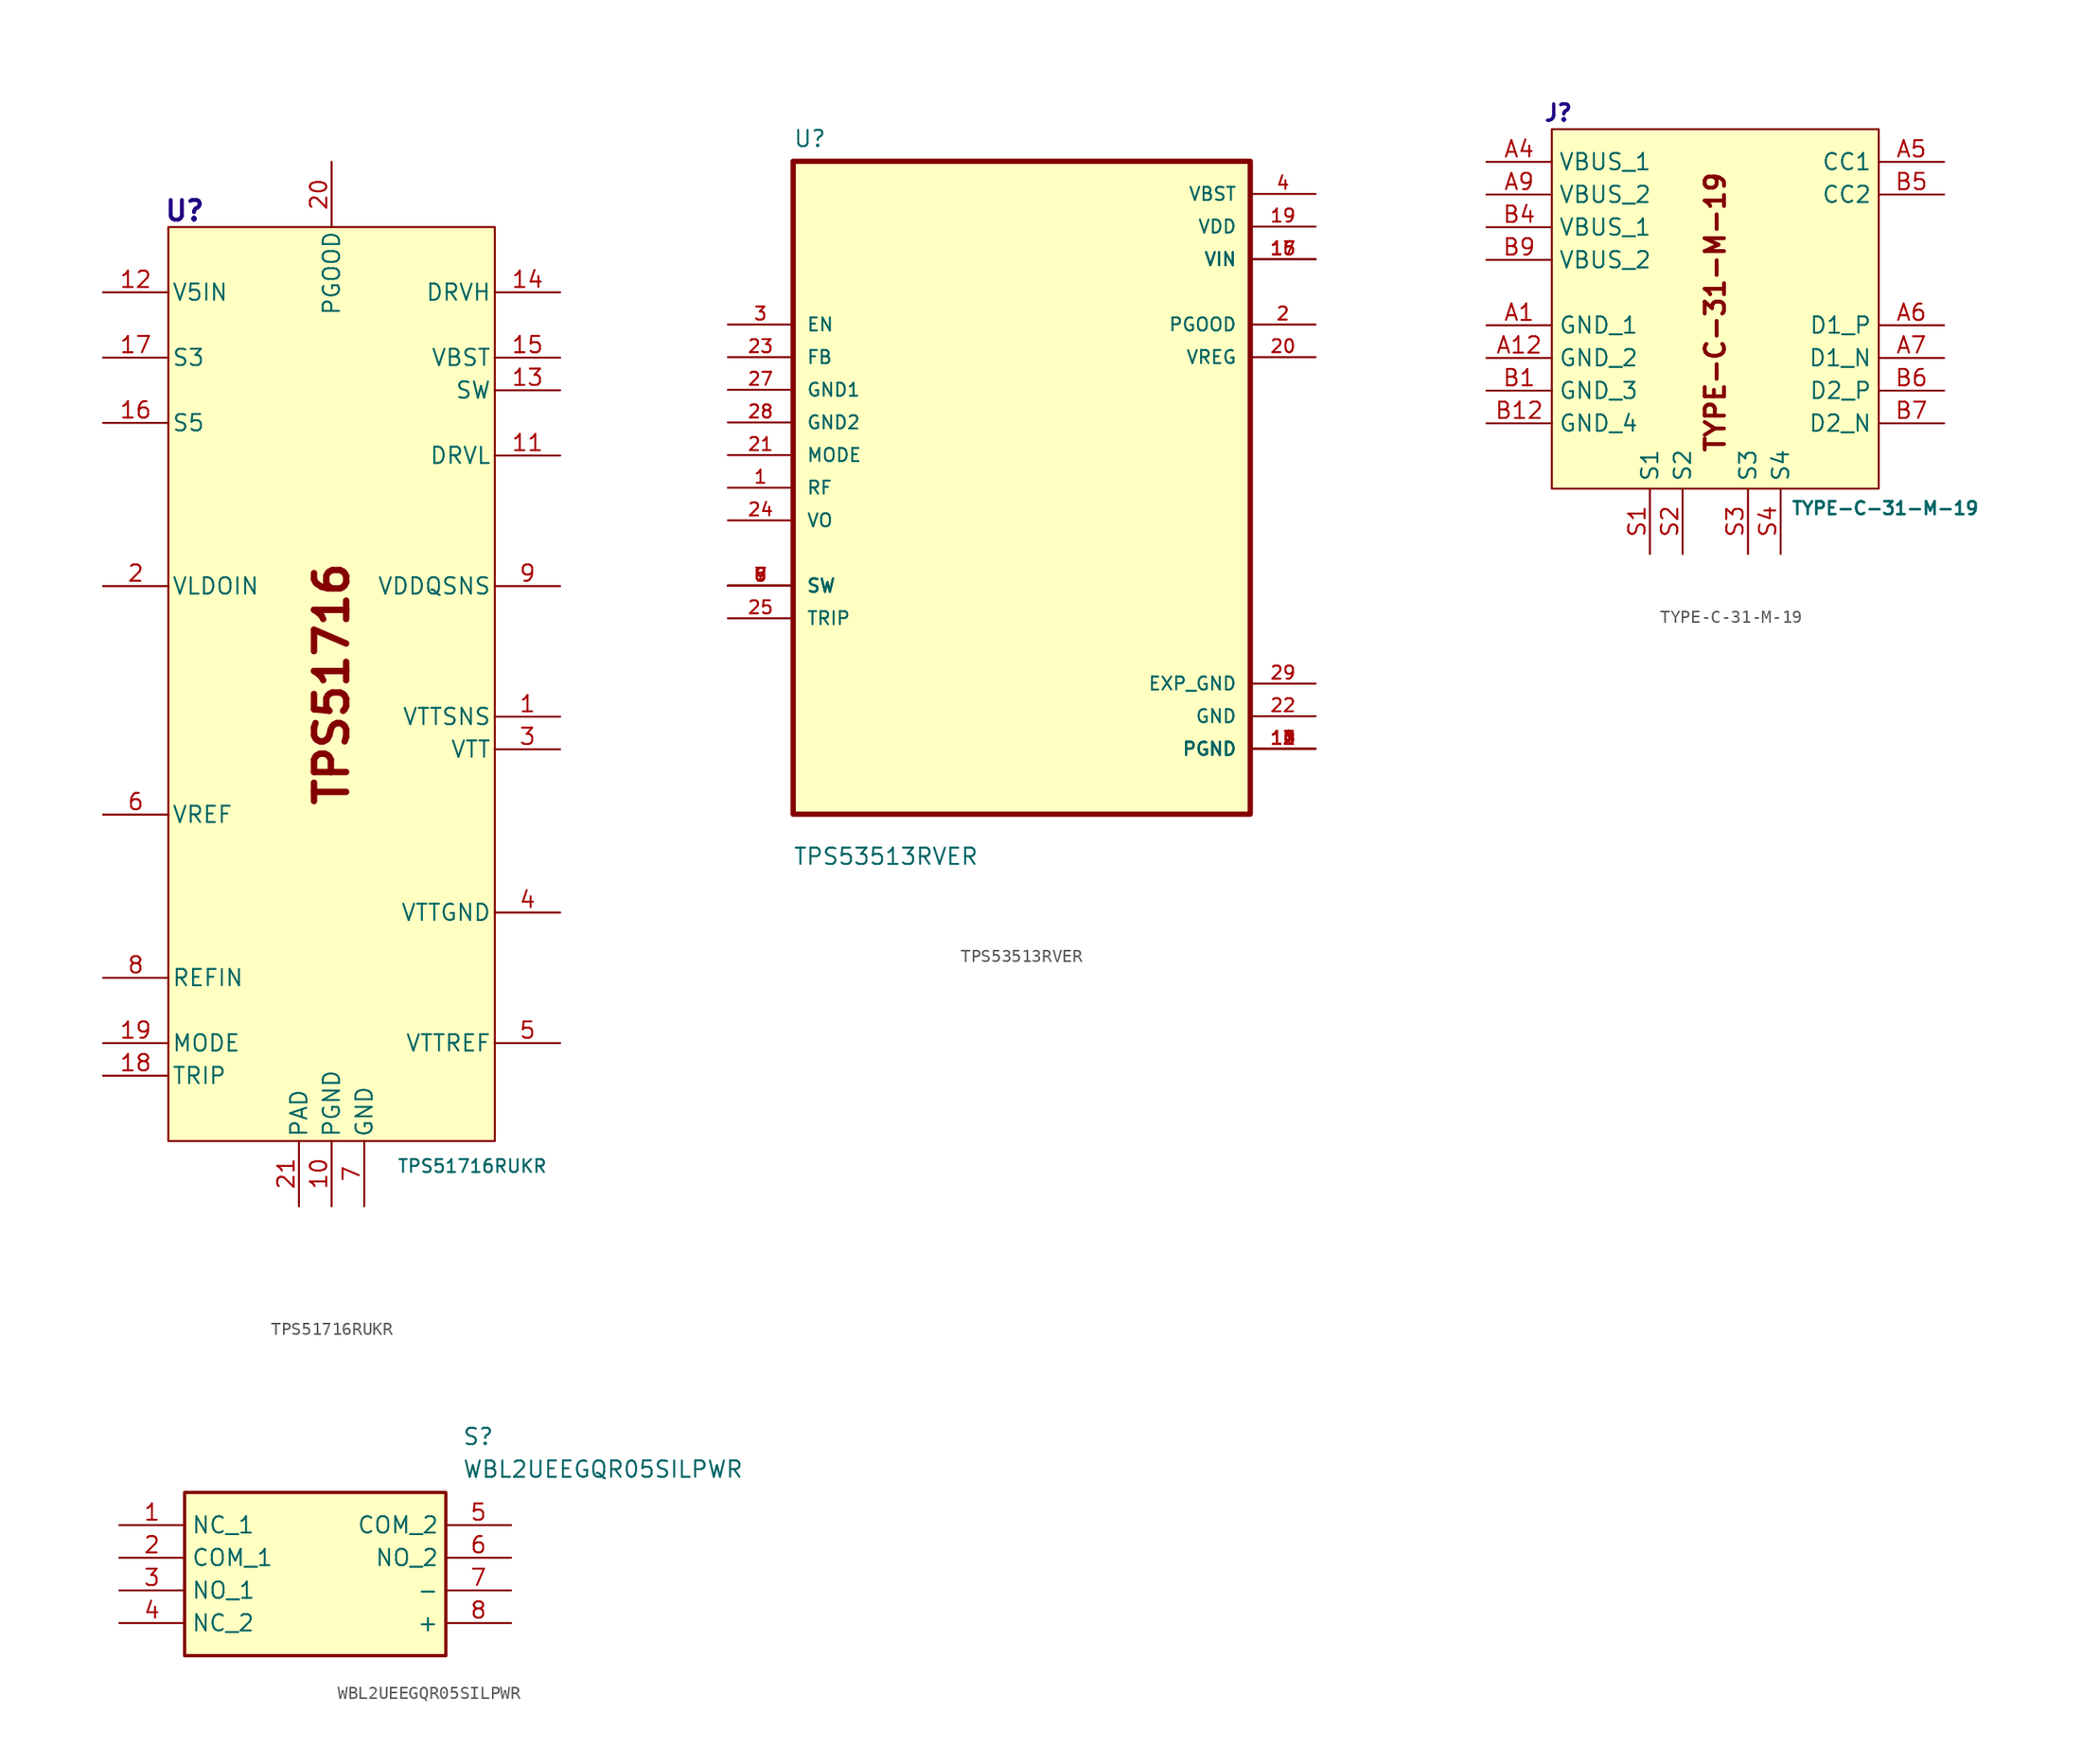
<source format=kicad_sym>
(kicad_symbol_lib
  (version 20241209)
  (generator "kicad_symbol_editor")
  (generator_version "9.0")
  (symbol "TPS51716RUKR"
    (pin_names
      (offset 0.254))
    (property "Reference" "U"
      (at -11.43 36.83 0)
      (effects (font (size 1.524 1.524) (bold yes) (color 34 4 131 1))))
    (property "Value" "TPS51716RUKR"
      (at 5.08 -38.1 0)
      (effects (font (size 1 1)) (justify left bottom)))
    (symbol "TPS51716RUKR_0_1"
      (pin power_in line (at -17.78 30.48 0) (length 5.08) (name "V5IN" (effects (font (size 1.27 1.27)))) (number "12" (effects (font (size 1.27 1.27)))))
      (pin input line (at -17.78 25.4 0) (length 5.08) (name "S3" (effects (font (size 1.27 1.27)))) (number "17" (effects (font (size 1.27 1.27)))))
      (pin input line (at -17.78 20.32 0) (length 5.08) (name "S5" (effects (font (size 1.27 1.27)))) (number "16" (effects (font (size 1.27 1.27)))))
      (pin power_in line (at -17.78 7.62 0) (length 5.08) (name "VLDOIN" (effects (font (size 1.27 1.27)))) (number "2" (effects (font (size 1.27 1.27)))))
      (pin output line (at -17.78 -10.16 0) (length 5.08) (name "VREF" (effects (font (size 1.27 1.27)))) (number "6" (effects (font (size 1.27 1.27)))))
      (pin input line (at -17.78 -22.86 0) (length 5.08) (name "REFIN" (effects (font (size 1.27 1.27)))) (number "8" (effects (font (size 1.27 1.27)))))
      (pin input line (at -17.78 -27.94 0) (length 5.08) (name "MODE" (effects (font (size 1.27 1.27)))) (number "19" (effects (font (size 1.27 1.27)))))
      (pin input line (at -17.78 -30.48 0) (length 5.08) (name "TRIP" (effects (font (size 1.27 1.27)))) (number "18" (effects (font (size 1.27 1.27)))))
      (pin power_in line (at -2.54 -40.64 90) (length 5.08) (name "PAD" (effects (font (size 1.27 1.27)))) (number "21" (effects (font (size 1.27 1.27)))))
      (pin open_collector line (at 0 40.64 270) (length 5.08) (name "PGOOD" (effects (font (size 1.27 1.27)))) (number "20" (effects (font (size 1.27 1.27)))))
      (pin power_in line (at 0 -40.64 90) (length 5.08) (name "PGND" (effects (font (size 1.27 1.27)))) (number "10" (effects (font (size 1.27 1.27)))))
      (pin power_in line (at 2.54 -40.64 90) (length 5.08) (name "GND" (effects (font (size 1.27 1.27)))) (number "7" (effects (font (size 1.27 1.27)))))
      (pin output line (at 17.78 30.48 180) (length 5.08) (name "DRVH" (effects (font (size 1.27 1.27)))) (number "14" (effects (font (size 1.27 1.27)))))
      (pin power_in line (at 17.78 25.4 180) (length 5.08) (name "VBST" (effects (font (size 1.27 1.27)))) (number "15" (effects (font (size 1.27 1.27)))))
      (pin power_in line (at 17.78 22.86 180) (length 5.08) (name "SW" (effects (font (size 1.27 1.27)))) (number "13" (effects (font (size 1.27 1.27)))))
      (pin output line (at 17.78 17.78 180) (length 5.08) (name "DRVL" (effects (font (size 1.27 1.27)))) (number "11" (effects (font (size 1.27 1.27)))))
      (pin input line (at 17.78 7.62 180) (length 5.08) (name "VDDQSNS" (effects (font (size 1.27 1.27)))) (number "9" (effects (font (size 1.27 1.27)))))
      (pin input line (at 17.78 -2.54 180) (length 5.08) (name "VTTSNS" (effects (font (size 1.27 1.27)))) (number "1" (effects (font (size 1.27 1.27)))))
      (pin power_in line (at 17.78 -5.08 180) (length 5.08) (name "VTT" (effects (font (size 1.27 1.27)))) (number "3" (effects (font (size 1.27 1.27)))))
      (pin power_in line (at 17.78 -17.78 180) (length 5.08) (name "VTTGND" (effects (font (size 1.27 1.27)))) (number "4" (effects (font (size 1.27 1.27)))))
      (pin output line (at 17.78 -27.94 180) (length 5.08) (name "VTTREF" (effects (font (size 1.27 1.27)))) (number "5" (effects (font (size 1.27 1.27))))))
    (symbol "TPS51716RUKR_1_1"
      (rectangle (start -12.7 35.56) (end 12.7 -35.56) (stroke (width 0) (type default)) (fill (type background)))
      (text "TPS51716" (at 0 0 900) (effects (font (size 2.5 2.5) (bold yes))))))
  (symbol "TPS53513RVER"
    (pin_names
      (offset 1.016))
    (property "Reference" "U"
      (at -17.79 26.414 0)
      (effects (font (size 1.27 1.27)) (justify left bottom)))
    (property "Value" "TPS53513RVER"
      (at -17.801 -29.435 0)
      (effects (font (size 1.27 1.27)) (justify left bottom)))
    (symbol "TPS53513RVER_0_0"
      (rectangle (start -17.78 -25.4) (end 17.78 25.4) (stroke (width 0.41) (type default)) (fill (type background)))
      (pin input line (at -22.86 12.7 0) (length 5.08) (name "EN" (effects (font (size 1.016 1.016)))) (number "3" (effects (font (size 1.016 1.016)))))
      (pin input line (at -22.86 10.16 0) (length 5.08) (name "FB" (effects (font (size 1.016 1.016)))) (number "23" (effects (font (size 1.016 1.016)))))
      (pin input line (at -22.86 7.62 0) (length 5.08) (name "GND1" (effects (font (size 1.016 1.016)))) (number "27" (effects (font (size 1.016 1.016)))))
      (pin input line (at -22.86 5.08 0) (length 5.08) (name "GND2" (effects (font (size 1.016 1.016)))) (number "28" (effects (font (size 1.016 1.016)))))
      (pin input line (at -22.86 2.54 0) (length 5.08) (name "MODE" (effects (font (size 1.016 1.016)))) (number "21" (effects (font (size 1.016 1.016)))))
      (pin input line (at -22.86 0 0) (length 5.08) (name "RF" (effects (font (size 1.016 1.016)))) (number "1" (effects (font (size 1.016 1.016)))))
      (pin input line (at -22.86 -2.54 0) (length 5.08) (name "VO" (effects (font (size 1.016 1.016)))) (number "24" (effects (font (size 1.016 1.016)))))
      (pin bidirectional line (at -22.86 -7.62 0) (length 5.08) (name "SW" (effects (font (size 1.016 1.016)))) (number "6" (effects (font (size 1.016 1.016)))))
      (pin bidirectional line (at -22.86 -7.62 0) (length 5.08) (name "SW" (effects (font (size 1.016 1.016)))) (number "7" (effects (font (size 1.016 1.016)))))
      (pin bidirectional line (at -22.86 -7.62 0) (length 5.08) (name "SW" (effects (font (size 1.016 1.016)))) (number "8" (effects (font (size 1.016 1.016)))))
      (pin bidirectional line (at -22.86 -7.62 0) (length 5.08) (name "SW" (effects (font (size 1.016 1.016)))) (number "9" (effects (font (size 1.016 1.016)))))
      (pin bidirectional line (at -22.86 -10.16 0) (length 5.08) (name "TRIP" (effects (font (size 1.016 1.016)))) (number "25" (effects (font (size 1.016 1.016)))))
      (pin power_in line (at 22.86 22.86 180) (length 5.08) (name "VBST" (effects (font (size 1.016 1.016)))) (number "4" (effects (font (size 1.016 1.016)))))
      (pin power_in line (at 22.86 20.32 180) (length 5.08) (name "VDD" (effects (font (size 1.016 1.016)))) (number "19" (effects (font (size 1.016 1.016)))))
      (pin power_in line (at 22.86 17.78 180) (length 5.08) (name "VIN" (effects (font (size 1.016 1.016)))) (number "15" (effects (font (size 1.016 1.016)))))
      (pin power_in line (at 22.86 17.78 180) (length 5.08) (name "VIN" (effects (font (size 1.016 1.016)))) (number "16" (effects (font (size 1.016 1.016)))))
      (pin power_in line (at 22.86 17.78 180) (length 5.08) (name "VIN" (effects (font (size 1.016 1.016)))) (number "17" (effects (font (size 1.016 1.016)))))
      (pin output line (at 22.86 12.7 180) (length 5.08) (name "PGOOD" (effects (font (size 1.016 1.016)))) (number "2" (effects (font (size 1.016 1.016)))))
      (pin output line (at 22.86 10.16 180) (length 5.08) (name "VREG" (effects (font (size 1.016 1.016)))) (number "20" (effects (font (size 1.016 1.016)))))
      (pin power_in line (at 22.86 -15.24 180) (length 5.08) (name "EXP_GND" (effects (font (size 1.016 1.016)))) (number "29" (effects (font (size 1.016 1.016)))))
      (pin power_in line (at 22.86 -17.78 180) (length 5.08) (name "GND" (effects (font (size 1.016 1.016)))) (number "22" (effects (font (size 1.016 1.016)))))
      (pin power_in line (at 22.86 -20.32 180) (length 5.08) (name "PGND" (effects (font (size 1.016 1.016)))) (number "10" (effects (font (size 1.016 1.016)))))
      (pin power_in line (at 22.86 -20.32 180) (length 5.08) (name "PGND" (effects (font (size 1.016 1.016)))) (number "11" (effects (font (size 1.016 1.016)))))
      (pin power_in line (at 22.86 -20.32 180) (length 5.08) (name "PGND" (effects (font (size 1.016 1.016)))) (number "12" (effects (font (size 1.016 1.016)))))
      (pin power_in line (at 22.86 -20.32 180) (length 5.08) (name "PGND" (effects (font (size 1.016 1.016)))) (number "13" (effects (font (size 1.016 1.016)))))
      (pin power_in line (at 22.86 -20.32 180) (length 5.08) (name "PGND" (effects (font (size 1.016 1.016)))) (number "14" (effects (font (size 1.016 1.016)))))))
  (symbol "TYPE-C-31-M-19"
    (property "Reference" "J"
      (at -12.192 16.51 0)
      (effects (font (size 1.27 1.27) (thickness 0.254) (bold yes) (color 34 4 131 1))))
    (property "Value" "TYPE-C-31-M-19"
      (at 13.208 -14.224 0)
      (effects (font (size 1 1) (thickness 0.2) (bold yes))))
    (symbol "TYPE-C-31-M-19_1_1"
      (rectangle (start -12.7 15.24) (end 12.7 -12.7) (stroke (width 0) (type solid)) (fill (type background)))
      (text "TYPE-C-31-M-19" (at 0 1.016 900) (effects (font (size 1.5 1.5) (bold yes))))
      (pin passive line (at -17.78 12.7 0) (length 5.08) (name "VBUS_1" (effects (font (size 1.27 1.27)))) (number "A4" (effects (font (size 1.27 1.27)))))
      (pin passive line (at -17.78 10.16 0) (length 5.08) (name "VBUS_2" (effects (font (size 1.27 1.27)))) (number "A9" (effects (font (size 1.27 1.27)))))
      (pin passive line (at -17.78 7.62 0) (length 5.08) (name "VBUS_1" (effects (font (size 1.27 1.27)))) (number "B4" (effects (font (size 1.27 1.27)))))
      (pin passive line (at -17.78 5.08 0) (length 5.08) (name "VBUS_2" (effects (font (size 1.27 1.27)))) (number "B9" (effects (font (size 1.27 1.27)))))
      (pin passive line (at -17.78 0 0) (length 5.08) (name "GND_1" (effects (font (size 1.27 1.27)))) (number "A1" (effects (font (size 1.27 1.27)))))
      (pin passive line (at -17.78 -2.54 0) (length 5.08) (name "GND_2" (effects (font (size 1.27 1.27)))) (number "A12" (effects (font (size 1.27 1.27)))))
      (pin passive line (at -17.78 -5.08 0) (length 5.08) (name "GND_3" (effects (font (size 1.27 1.27)))) (number "B1" (effects (font (size 1.27 1.27)))))
      (pin passive line (at -17.78 -7.62 0) (length 5.08) (name "GND_4" (effects (font (size 1.27 1.27)))) (number "B12" (effects (font (size 1.27 1.27)))))
      (pin passive line (at -5.08 -17.78 90) (length 5.08) (name "S1" (effects (font (size 1.27 1.27)))) (number "S1" (effects (font (size 1.27 1.27)))))
      (pin passive line (at -2.54 -17.78 90) (length 5.08) (name "S2" (effects (font (size 1.27 1.27)))) (number "S2" (effects (font (size 1.27 1.27)))))
      (pin passive line (at 2.54 -17.78 90) (length 5.08) (name "S3" (effects (font (size 1.27 1.27)))) (number "S3" (effects (font (size 1.27 1.27)))))
      (pin passive line (at 5.08 -17.78 90) (length 5.08) (name "S4" (effects (font (size 1.27 1.27)))) (number "S4" (effects (font (size 1.27 1.27)))))
      (pin passive line (at 17.78 12.7 180) (length 5.08) (name "CC1" (effects (font (size 1.27 1.27)))) (number "A5" (effects (font (size 1.27 1.27)))))
      (pin passive line (at 17.78 10.16 180) (length 5.08) (name "CC2" (effects (font (size 1.27 1.27)))) (number "B5" (effects (font (size 1.27 1.27)))))
      (pin passive line (at 17.78 0 180) (length 5.08) (name "D1_P" (effects (font (size 1.27 1.27)))) (number "A6" (effects (font (size 1.27 1.27)))))
      (pin passive line (at 17.78 -2.54 180) (length 5.08) (name "D1_N" (effects (font (size 1.27 1.27)))) (number "A7" (effects (font (size 1.27 1.27)))))
      (pin passive line (at 17.78 -5.08 180) (length 5.08) (name "D2_P" (effects (font (size 1.27 1.27)))) (number "B6" (effects (font (size 1.27 1.27)))))
      (pin passive line (at 17.78 -7.62 180) (length 5.08) (name "D2_N" (effects (font (size 1.27 1.27)))) (number "B7" (effects (font (size 1.27 1.27)))))))
  (symbol "WBL2UEEGQR05SILPWR"
    (property "Reference" "S"
      (at 26.67 7.62 0)
      (effects (font (size 1.27 1.27)) (justify left top)))
    (property "Value" "WBL2UEEGQR05SILPWR"
      (at 26.67 5.08 0)
      (effects (font (size 1.27 1.27)) (justify left top)))
    (symbol "WBL2UEEGQR05SILPWR_1_1"
      (rectangle (start 5.08 2.54) (end 25.4 -10.16) (stroke (width 0.254) (type default)) (fill (type background)))
      (pin passive line (at 0 0 0) (length 5.08) (name "NC_1" (effects (font (size 1.27 1.27)))) (number "1" (effects (font (size 1.27 1.27)))))
      (pin passive line (at 0 -2.54 0) (length 5.08) (name "COM_1" (effects (font (size 1.27 1.27)))) (number "2" (effects (font (size 1.27 1.27)))))
      (pin passive line (at 0 -5.08 0) (length 5.08) (name "NO_1" (effects (font (size 1.27 1.27)))) (number "3" (effects (font (size 1.27 1.27)))))
      (pin passive line (at 0 -7.62 0) (length 5.08) (name "NC_2" (effects (font (size 1.27 1.27)))) (number "4" (effects (font (size 1.27 1.27)))))
      (pin passive line (at 30.48 0 180) (length 5.08) (name "COM_2" (effects (font (size 1.27 1.27)))) (number "5" (effects (font (size 1.27 1.27)))))
      (pin passive line (at 30.48 -2.54 180) (length 5.08) (name "NO_2" (effects (font (size 1.27 1.27)))) (number "6" (effects (font (size 1.27 1.27)))))
      (pin passive line (at 30.48 -5.08 180) (length 5.08) (name "-" (effects (font (size 1.27 1.27)))) (number "7" (effects (font (size 1.27 1.27)))))
      (pin passive line (at 30.48 -7.62 180) (length 5.08) (name "+" (effects (font (size 1.27 1.27)))) (number "8" (effects (font (size 1.27 1.27))))))))
</source>
